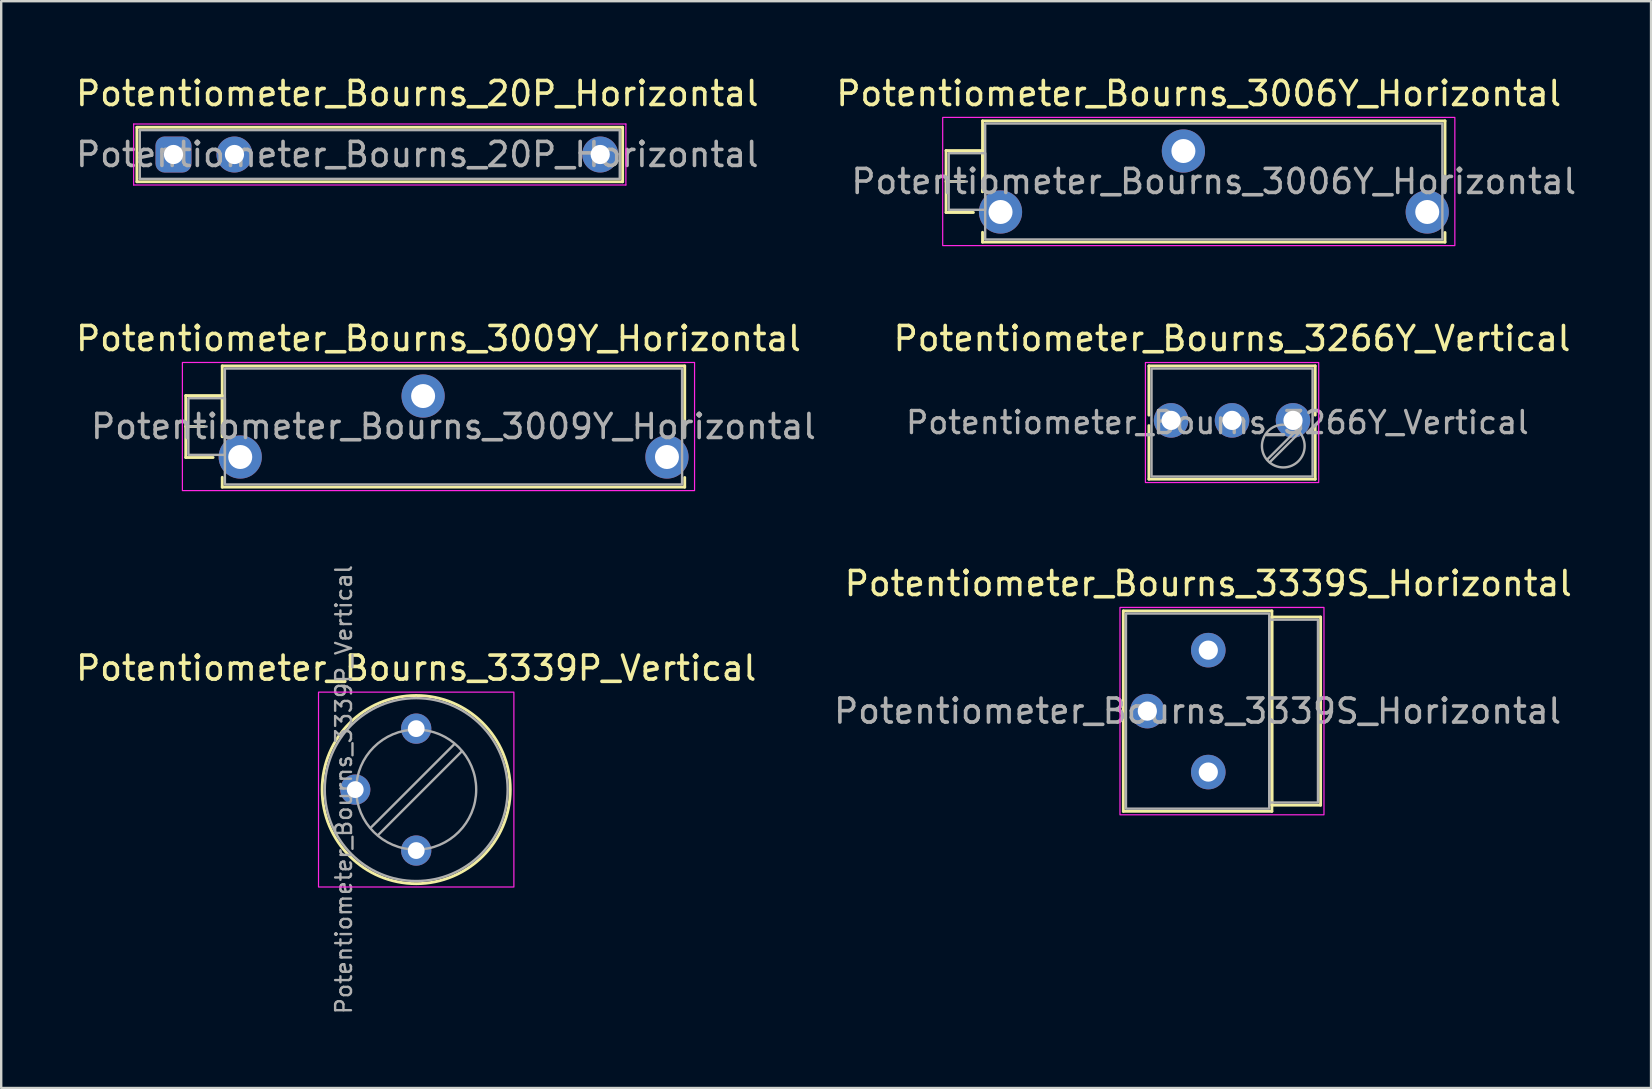
<source format=kicad_pcb>
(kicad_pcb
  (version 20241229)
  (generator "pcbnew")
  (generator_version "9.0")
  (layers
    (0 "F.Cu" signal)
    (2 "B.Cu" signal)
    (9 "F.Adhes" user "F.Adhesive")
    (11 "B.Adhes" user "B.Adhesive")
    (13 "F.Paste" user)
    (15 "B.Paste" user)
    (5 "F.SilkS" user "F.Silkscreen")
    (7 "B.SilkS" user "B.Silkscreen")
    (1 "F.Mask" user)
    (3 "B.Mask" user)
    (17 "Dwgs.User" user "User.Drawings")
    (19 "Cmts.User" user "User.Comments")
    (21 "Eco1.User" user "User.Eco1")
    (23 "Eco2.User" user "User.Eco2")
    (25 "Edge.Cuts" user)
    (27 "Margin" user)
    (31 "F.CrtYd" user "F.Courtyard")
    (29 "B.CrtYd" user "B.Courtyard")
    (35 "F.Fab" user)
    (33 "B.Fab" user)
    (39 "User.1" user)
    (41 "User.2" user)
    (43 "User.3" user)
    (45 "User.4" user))
  (footprint "Potentiometer_Bourns_3006Y_Horizontal"
    (layer "F.Cu")
    (at 56.419 5.783)
    (property "Reference" "Potentiometer_Bourns_3006Y_Horizontal" (at -9.52 -4.935 0) (layer "F.SilkS") (effects (font (size 1 1) (thickness 0.15))))
    (attr through_hole)
    (fp_line (start -20.05 -2.56) (end -18.53 -2.56) (stroke (width 0.12) (type solid)) (layer "F.SilkS"))
    (fp_line (start -20.05 -1.27) (end -19.29 -1.27) (stroke (width 0.12) (type solid)) (layer "F.SilkS"))
    (fp_line (start -20.05 0.02) (end -20.05 -2.56) (stroke (width 0.12) (type solid)) (layer "F.SilkS"))
    (fp_line (start -18.91 0.02) (end -20.05 0.02) (stroke (width 0.12) (type solid)) (layer "F.SilkS"))
    (fp_line (start -18.53 -3.795) (end 0.74 -3.795) (stroke (width 0.12) (type solid)) (layer "F.SilkS"))
    (fp_line (start -18.53 -2.56) (end -18.53 -0.845) (stroke (width 0.12) (type solid)) (layer "F.SilkS"))
    (fp_line (start -18.53 -0.845) (end -18.53 -3.795) (stroke (width 0.12) (type solid)) (layer "F.SilkS"))
    (fp_line (start -18.53 1.255) (end -18.53 0.845) (stroke (width 0.12) (type solid)) (layer "F.SilkS"))
    (fp_line (start 0.74 -3.795) (end 0.74 -0.854) (stroke (width 0.12) (type solid)) (layer "F.SilkS"))
    (fp_line (start 0.74 0.854) (end 0.74 1.255) (stroke (width 0.12) (type solid)) (layer "F.SilkS"))
    (fp_line (start 0.74 1.255) (end -18.53 1.255) (stroke (width 0.12) (type solid)) (layer "F.SilkS"))
    (fp_rect (start -20.19 -3.94) (end 1.15 1.4) (stroke (width 0.05) (type solid)) (fill no) (layer "F.CrtYd"))
    (fp_line (start -19.94 -1.27) (end -19.18 -1.27) (stroke (width 0.1) (type solid)) (layer "F.Fab"))
    (fp_rect (start -19.94 -2.45) (end -18.42 -0.09) (stroke (width 0.1) (type solid)) (fill no) (layer "F.Fab"))
    (fp_rect (start -18.42 -3.685) (end 0.63 1.145) (stroke (width 0.1) (type solid)) (fill no) (layer "F.Fab"))
    (fp_text user "${REFERENCE}" (at -8.895 -1.27 0) (layer "F.Fab") (effects (font (size 1 1) (thickness 0.15))))
    (pad "1" thru_hole circle (at 0 0) (size 1.8 1.8) (drill 1) (layers "*.Cu" "*.Mask"))
    (pad "2" thru_hole circle (at -10.16 -2.54) (size 1.8 1.8) (drill 1) (layers "*.Cu" "*.Mask"))
    (pad "3" thru_hole circle (at -17.78 0) (size 1.8 1.8) (drill 1) (layers "*.Cu" "*.Mask")))
  (footprint "Potentiometer_Bourns_3339S_Horizontal"
    (layer "F.Cu")
    (at 47.296 24.04)
    (property "Reference" "Potentiometer_Bourns_3339S_Horizontal" (at 0 -2.775 0) (layer "F.SilkS") (effects (font (size 1 1) (thickness 0.15))))
    (attr through_hole)
    (fp_line (start -3.54 -1.635) (end 2.65 -1.635) (stroke (width 0.12) (type solid)) (layer "F.SilkS"))
    (fp_line (start -3.54 6.715) (end -3.54 -1.635) (stroke (width 0.12) (type solid)) (layer "F.SilkS"))
    (fp_line (start 2.65 -1.635) (end 2.65 6.715) (stroke (width 0.12) (type solid)) (layer "F.SilkS"))
    (fp_line (start 2.65 -1.38) (end 4.68 -1.38) (stroke (width 0.12) (type solid)) (layer "F.SilkS"))
    (fp_line (start 2.65 6.46) (end 2.65 -1.38) (stroke (width 0.12) (type solid)) (layer "F.SilkS"))
    (fp_line (start 2.65 6.715) (end -3.54 6.715) (stroke (width 0.12) (type solid)) (layer "F.SilkS"))
    (fp_line (start 4.68 -1.38) (end 4.68 6.46) (stroke (width 0.12) (type solid)) (layer "F.SilkS"))
    (fp_line (start 4.68 6.46) (end 2.65 6.46) (stroke (width 0.12) (type solid)) (layer "F.SilkS"))
    (fp_rect (start -3.68 -1.78) (end 4.82 6.86) (stroke (width 0.05) (type solid)) (fill no) (layer "F.CrtYd"))
    (fp_rect (start -3.43 -1.525) (end 2.54 6.605) (stroke (width 0.1) (type solid)) (fill no) (layer "F.Fab"))
    (fp_rect (start 2.54 -1.27) (end 4.57 6.35) (stroke (width 0.1) (type solid)) (fill no) (layer "F.Fab"))
    (fp_text user "${REFERENCE}" (at -0.445 2.54 0) (layer "F.Fab") (effects (font (size 1 1) (thickness 0.15))))
    (pad "1" thru_hole circle (at 0 0) (size 1.44 1.44) (drill 0.8) (layers "*.Cu" "*.Mask"))
    (pad "2" thru_hole circle (at -2.54 2.54) (size 1.44 1.44) (drill 0.8) (layers "*.Cu" "*.Mask"))
    (pad "3" thru_hole circle (at 0 5.08) (size 1.44 1.44) (drill 0.8) (layers "*.Cu" "*.Mask")))
  (footprint "Potentiometer_Bourns_3339P_Vertical"
    (layer "F.Cu")
    (at 14.292 32.39)
    (property "Reference" "Potentiometer_Bourns_3339P_Vertical" (at 0 -7.6 0) (layer "F.SilkS") (effects (font (size 1 1) (thickness 0.15))))
    (attr through_hole)
    (fp_circle (center 0 -2.54) (end 3.92 -2.54) (stroke (width 0.12) (type solid)) (fill no) (layer "F.SilkS"))
    (fp_rect (start -4.07 -6.6) (end 4.07 1.52) (stroke (width 0.05) (type solid)) (fill no) (layer "F.CrtYd"))
    (fp_line (start 1.591 -4.436) (end -1.896 -0.949) (stroke (width 0.1) (type solid)) (layer "F.Fab"))
    (fp_line (start 1.896 -4.131) (end -1.591 -0.644) (stroke (width 0.1) (type solid)) (layer "F.Fab"))
    (fp_circle (center 0 -2.54) (end 2.5 -2.54) (stroke (width 0.1) (type solid)) (fill no) (layer "F.Fab"))
    (fp_circle (center 0 -2.54) (end 3.81 -2.54) (stroke (width 0.1) (type solid)) (fill no) (layer "F.Fab"))
    (fp_text user "${REFERENCE}" (at -3.018 -2.54 90) (layer "F.Fab") (effects (font (size 0.66 0.66) (thickness 0.1))))
    (pad "1" thru_hole circle (at 0 0) (size 1.26 1.26) (drill 0.7) (layers "*.Cu" "*.Mask"))
    (pad "2" thru_hole circle (at -2.54 -2.54) (size 1.26 1.26) (drill 0.7) (layers "*.Cu" "*.Mask"))
    (pad "3" thru_hole circle (at 0 -5.08) (size 1.26 1.26) (drill 0.7) (layers "*.Cu" "*.Mask")))
  (footprint "Potentiometer_Bourns_3266Y_Vertical"
    (layer "F.Cu")
    (at 50.826 14.466)
    (property "Reference" "Potentiometer_Bourns_3266Y_Vertical" (at -2.54 -3.41 0) (layer "F.SilkS") (effects (font (size 1 1) (thickness 0.15))))
    (attr through_hole)
    (fp_line (start -6.005 -2.27) (end 0.925 -2.27) (stroke (width 0.12) (type solid)) (layer "F.SilkS"))
    (fp_line (start -6.005 -0.217) (end -6.005 -2.27) (stroke (width 0.12) (type solid)) (layer "F.SilkS"))
    (fp_line (start -6.005 2.45) (end -6.005 0.217) (stroke (width 0.12) (type solid)) (layer "F.SilkS"))
    (fp_line (start 0.925 -2.27) (end 0.925 -0.217) (stroke (width 0.12) (type solid)) (layer "F.SilkS"))
    (fp_line (start 0.925 0.217) (end 0.925 2.45) (stroke (width 0.12) (type solid)) (layer "F.SilkS"))
    (fp_line (start 0.925 2.45) (end -6.005 2.45) (stroke (width 0.12) (type solid)) (layer "F.SilkS"))
    (fp_rect (start -6.15 -2.41) (end 1.07 2.59) (stroke (width 0.05) (type solid)) (fill no) (layer "F.CrtYd"))
    (fp_line (start 0.161 0.395) (end -1.08 1.636) (stroke (width 0.1) (type solid)) (layer "F.Fab"))
    (fp_line (start 0.27 0.504) (end -0.971 1.745) (stroke (width 0.1) (type solid)) (layer "F.Fab"))
    (fp_rect (start -5.895 -2.16) (end 0.815 2.34) (stroke (width 0.1) (type solid)) (fill no) (layer "F.Fab"))
    (fp_circle (center -0.405 1.07) (end 0.485 1.07) (stroke (width 0.1) (type solid)) (fill no) (layer "F.Fab"))
    (fp_text user "${REFERENCE}" (at -3.15 0.09 0) (layer "F.Fab") (effects (font (size 0.92 0.92) (thickness 0.14))))
    (pad "1" thru_hole circle (at 0 0) (size 1.44 1.44) (drill 0.8) (layers "*.Cu" "*.Mask"))
    (pad "2" thru_hole circle (at -2.54 0) (size 1.44 1.44) (drill 0.8) (layers "*.Cu" "*.Mask"))
    (pad "3" thru_hole circle (at -5.08 0) (size 1.44 1.44) (drill 0.8) (layers "*.Cu" "*.Mask")))
  (footprint "Potentiometer_Bourns_20P_Horizontal"
    (layer "F.Cu")
    (at 4.179 3.388)
    (property "Reference" "Potentiometer_Bourns_20P_Horizontal" (at 10.16 -2.54 0) (layer "F.SilkS") (effects (font (size 1 1) (thickness 0.15))))
    (attr through_hole)
    (fp_line (start -1.525 -1.135) (end -1.525 1.135) (stroke (width 0.12) (type solid)) (layer "F.SilkS"))
    (fp_line (start 18.715 -1.135) (end -1.525 -1.135) (stroke (width 0.12) (type solid)) (layer "F.SilkS"))
    (fp_line (start 18.715 -1.135) (end 18.715 1.135) (stroke (width 0.12) (type solid)) (layer "F.SilkS"))
    (fp_line (start 18.715 1.135) (end -1.525 1.135) (stroke (width 0.12) (type solid)) (layer "F.SilkS"))
    (fp_line (start -1.66 -1.27) (end 18.85 -1.27) (stroke (width 0.05) (type solid)) (layer "F.CrtYd"))
    (fp_line (start -1.66 1.27) (end -1.66 -1.27) (stroke (width 0.05) (type solid)) (layer "F.CrtYd"))
    (fp_line (start 18.85 -1.27) (end 18.85 1.27) (stroke (width 0.05) (type solid)) (layer "F.CrtYd"))
    (fp_line (start 18.85 1.27) (end -1.66 1.27) (stroke (width 0.05) (type solid)) (layer "F.CrtYd"))
    (fp_line (start -1.405 -1.015) (end 18.595 -1.015) (stroke (width 0.1) (type solid)) (layer "F.Fab"))
    (fp_line (start -1.405 1.015) (end -1.405 -1.015) (stroke (width 0.1) (type solid)) (layer "F.Fab"))
    (fp_line (start 18.595 -1.015) (end 18.595 1.015) (stroke (width 0.1) (type solid)) (layer "F.Fab"))
    (fp_line (start 18.595 1.015) (end -1.405 1.015) (stroke (width 0.1) (type solid)) (layer "F.Fab"))
    (fp_text user "${REFERENCE}" (at 10.16 0 0) (layer "F.Fab") (effects (font (size 1 1) (thickness 0.15))))
    (pad "1" thru_hole roundrect (at 0 0) (size 1.5 1.5) (drill 0.8) (layers "*.Cu" "*.Mask") (roundrect_rratio 0.25))
    (pad "2" thru_hole circle (at 2.54 0) (size 1.5 1.5) (drill 0.8) (layers "*.Cu" "*.Mask"))
    (pad "3" thru_hole circle (at 17.78 0) (size 1.5 1.5) (drill 0.8) (layers "*.Cu" "*.Mask")))
  (footprint "Potentiometer_Bourns_3009Y_Horizontal"
    (layer "F.Cu")
    (at 24.74 15.992)
    (property "Reference" "Potentiometer_Bourns_3009Y_Horizontal" (at -9.52 -4.935 0) (layer "F.SilkS") (effects (font (size 1 1) (thickness 0.15))))
    (attr through_hole)
    (fp_line (start -20.05 -2.56) (end -18.53 -2.56) (stroke (width 0.12) (type solid)) (layer "F.SilkS"))
    (fp_line (start -20.05 -1.27) (end -19.29 -1.27) (stroke (width 0.12) (type solid)) (layer "F.SilkS"))
    (fp_line (start -20.05 0.02) (end -20.05 -2.56) (stroke (width 0.12) (type solid)) (layer "F.SilkS"))
    (fp_line (start -18.91 0.02) (end -20.05 0.02) (stroke (width 0.12) (type solid)) (layer "F.SilkS"))
    (fp_line (start -18.53 -3.795) (end 0.74 -3.795) (stroke (width 0.12) (type solid)) (layer "F.SilkS"))
    (fp_line (start -18.53 -2.56) (end -18.53 -0.845) (stroke (width 0.12) (type solid)) (layer "F.SilkS"))
    (fp_line (start -18.53 -0.845) (end -18.53 -3.795) (stroke (width 0.12) (type solid)) (layer "F.SilkS"))
    (fp_line (start -18.53 1.255) (end -18.53 0.845) (stroke (width 0.12) (type solid)) (layer "F.SilkS"))
    (fp_line (start 0.74 -3.795) (end 0.74 -0.854) (stroke (width 0.12) (type solid)) (layer "F.SilkS"))
    (fp_line (start 0.74 0.854) (end 0.74 1.255) (stroke (width 0.12) (type solid)) (layer "F.SilkS"))
    (fp_line (start 0.74 1.255) (end -18.53 1.255) (stroke (width 0.12) (type solid)) (layer "F.SilkS"))
    (fp_rect (start -20.19 -3.94) (end 1.15 1.4) (stroke (width 0.05) (type solid)) (fill no) (layer "F.CrtYd"))
    (fp_line (start -19.94 -1.27) (end -19.18 -1.27) (stroke (width 0.1) (type solid)) (layer "F.Fab"))
    (fp_rect (start -19.94 -2.45) (end -18.42 -0.09) (stroke (width 0.1) (type solid)) (fill no) (layer "F.Fab"))
    (fp_rect (start -18.42 -3.685) (end 0.63 1.145) (stroke (width 0.1) (type solid)) (fill no) (layer "F.Fab"))
    (fp_text user "${REFERENCE}" (at -8.895 -1.27 0) (layer "F.Fab") (effects (font (size 1 1) (thickness 0.15))))
    (pad "1" thru_hole circle (at 0 0) (size 1.8 1.8) (drill 1) (layers "*.Cu" "*.Mask"))
    (pad "2" thru_hole circle (at -10.16 -2.54) (size 1.8 1.8) (drill 1) (layers "*.Cu" "*.Mask"))
    (pad "3" thru_hole circle (at -17.78 0) (size 1.8 1.8) (drill 1) (layers "*.Cu" "*.Mask")))
  (gr_rect
    (start -3 -3)
    (end 65.744 42.284)
    (stroke (width 0.1) (type default))
    (fill no)
    (layer "Edge.Cuts")))
</source>
